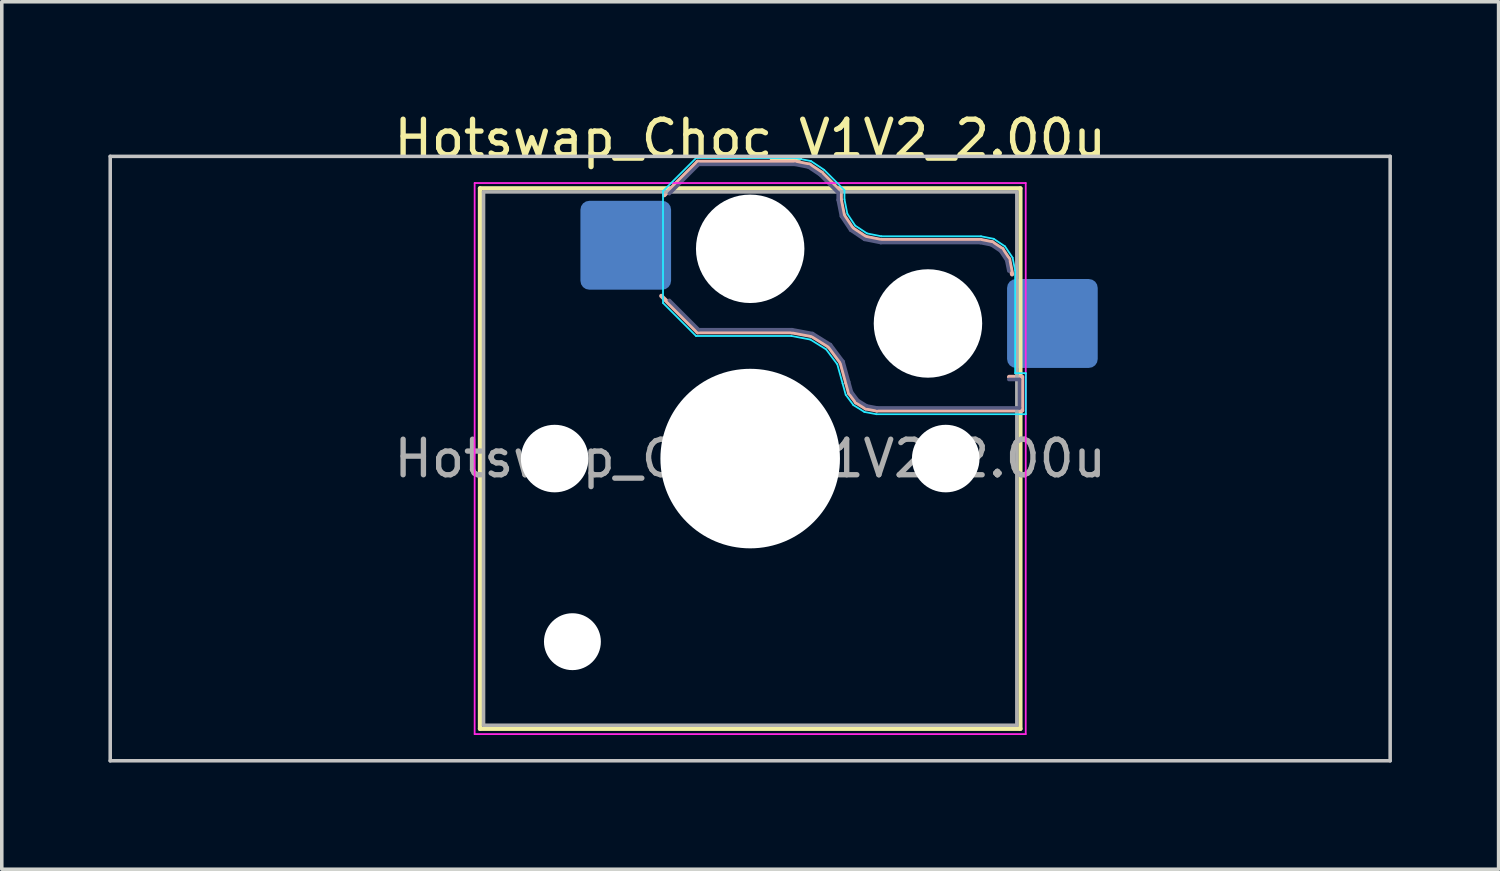
<source format=kicad_pcb>
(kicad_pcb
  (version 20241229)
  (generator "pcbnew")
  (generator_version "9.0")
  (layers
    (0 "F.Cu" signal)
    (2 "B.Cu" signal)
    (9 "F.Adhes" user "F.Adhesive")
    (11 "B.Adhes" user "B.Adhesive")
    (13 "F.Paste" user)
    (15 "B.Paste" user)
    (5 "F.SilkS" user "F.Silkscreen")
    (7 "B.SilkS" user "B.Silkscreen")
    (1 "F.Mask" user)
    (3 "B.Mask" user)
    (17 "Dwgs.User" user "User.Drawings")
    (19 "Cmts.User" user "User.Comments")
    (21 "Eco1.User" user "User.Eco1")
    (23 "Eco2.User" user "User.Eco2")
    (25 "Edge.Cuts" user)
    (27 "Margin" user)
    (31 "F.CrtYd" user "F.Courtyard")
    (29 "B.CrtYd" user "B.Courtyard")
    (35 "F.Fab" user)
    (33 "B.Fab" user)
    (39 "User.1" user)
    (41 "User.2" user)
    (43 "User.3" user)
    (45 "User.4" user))
  (footprint "Hotswap_Choc_V1V2_2.00u"
    (layer "F.Cu")
    (at 18.05 9.848)
    (property "Reference" "Hotswap_Choc_V1V2_2.00u" (at 0 -9 0) (layer "F.SilkS") (effects (font (size 1 1) (thickness 0.15))))
    (attr smd)
    (fp_line (start -7.6 -7.6) (end -7.6 7.6) (stroke (width 0.12) (type solid)) (layer "F.SilkS"))
    (fp_line (start -7.6 7.6) (end 7.6 7.6) (stroke (width 0.12) (type solid)) (layer "F.SilkS"))
    (fp_line (start 7.6 -7.6) (end -7.6 -7.6) (stroke (width 0.12) (type solid)) (layer "F.SilkS"))
    (fp_line (start 7.6 7.6) (end 7.6 -7.6) (stroke (width 0.12) (type solid)) (layer "F.SilkS"))
    (fp_line (start -2.416 -7.409) (end -1.479 -8.346) (stroke (width 0.12) (type solid)) (layer "B.SilkS"))
    (fp_line (start -1.479 -8.346) (end 1.268 -8.346) (stroke (width 0.12) (type solid)) (layer "B.SilkS"))
    (fp_line (start -1.479 -3.554) (end -2.5 -4.575) (stroke (width 0.12) (type solid)) (layer "B.SilkS"))
    (fp_line (start 1.168 -3.554) (end -1.479 -3.554) (stroke (width 0.12) (type solid)) (layer "B.SilkS"))
    (fp_line (start 1.268 -8.346) (end 1.671 -8.266) (stroke (width 0.12) (type solid)) (layer "B.SilkS"))
    (fp_line (start 1.671 -8.266) (end 2.013 -8.037) (stroke (width 0.12) (type solid)) (layer "B.SilkS"))
    (fp_line (start 1.73 -3.449) (end 1.168 -3.554) (stroke (width 0.12) (type solid)) (layer "B.SilkS"))
    (fp_line (start 2.013 -8.037) (end 2.546 -7.504) (stroke (width 0.12) (type solid)) (layer "B.SilkS"))
    (fp_line (start 2.209 -3.15) (end 1.73 -3.449) (stroke (width 0.12) (type solid)) (layer "B.SilkS"))
    (fp_line (start 2.546 -7.504) (end 2.546 -7.282) (stroke (width 0.12) (type solid)) (layer "B.SilkS"))
    (fp_line (start 2.546 -7.282) (end 2.633 -6.844) (stroke (width 0.12) (type solid)) (layer "B.SilkS"))
    (fp_line (start 2.547 -2.697) (end 2.209 -3.15) (stroke (width 0.12) (type solid)) (layer "B.SilkS"))
    (fp_line (start 2.633 -6.844) (end 2.877 -6.477) (stroke (width 0.12) (type solid)) (layer "B.SilkS"))
    (fp_line (start 2.701 -2.139) (end 2.547 -2.697) (stroke (width 0.12) (type solid)) (layer "B.SilkS"))
    (fp_line (start 2.783 -1.841) (end 2.701 -2.139) (stroke (width 0.12) (type solid)) (layer "B.SilkS"))
    (fp_line (start 2.877 -6.477) (end 3.244 -6.233) (stroke (width 0.12) (type solid)) (layer "B.SilkS"))
    (fp_line (start 2.976 -1.583) (end 2.783 -1.841) (stroke (width 0.12) (type solid)) (layer "B.SilkS"))
    (fp_line (start 3.244 -6.233) (end 3.682 -6.146) (stroke (width 0.12) (type solid)) (layer "B.SilkS"))
    (fp_line (start 3.25 -1.413) (end 2.976 -1.583) (stroke (width 0.12) (type solid)) (layer "B.SilkS"))
    (fp_line (start 3.56 -1.354) (end 3.25 -1.413) (stroke (width 0.12) (type solid)) (layer "B.SilkS"))
    (fp_line (start 3.682 -6.146) (end 6.482 -6.146) (stroke (width 0.12) (type solid)) (layer "B.SilkS"))
    (fp_line (start 6.482 -6.146) (end 6.809 -6.081) (stroke (width 0.12) (type solid)) (layer "B.SilkS"))
    (fp_line (start 6.809 -6.081) (end 7.092 -5.892) (stroke (width 0.12) (type solid)) (layer "B.SilkS"))
    (fp_line (start 7.092 -5.892) (end 7.281 -5.609) (stroke (width 0.12) (type solid)) (layer "B.SilkS"))
    (fp_line (start 7.281 -5.609) (end 7.366 -5.182) (stroke (width 0.12) (type solid)) (layer "B.SilkS"))
    (fp_line (start 7.283 -2.296) (end 7.646 -2.296) (stroke (width 0.12) (type solid)) (layer "B.SilkS"))
    (fp_line (start 7.646 -2.296) (end 7.646 -1.354) (stroke (width 0.12) (type solid)) (layer "B.SilkS"))
    (fp_line (start 7.646 -1.354) (end 3.56 -1.354) (stroke (width 0.12) (type solid)) (layer "B.SilkS"))
    (fp_line (start -18 -8.5) (end -18 8.5) (stroke (width 0.1) (type solid)) (layer "Dwgs.User"))
    (fp_line (start -18 8.5) (end 18 8.5) (stroke (width 0.1) (type solid)) (layer "Dwgs.User"))
    (fp_line (start 18 -8.5) (end -18 -8.5) (stroke (width 0.1) (type solid)) (layer "Dwgs.User"))
    (fp_line (start 18 8.5) (end 18 -8.5) (stroke (width 0.1) (type solid)) (layer "Dwgs.User"))
    (fp_line (start -7.25 -7.25) (end -7.25 7.25) (stroke (width 0.1) (type solid)) (layer "Eco1.User"))
    (fp_line (start -7.25 7.25) (end 7.25 7.25) (stroke (width 0.1) (type solid)) (layer "Eco1.User"))
    (fp_line (start 7.25 -7.25) (end -7.25 -7.25) (stroke (width 0.1) (type solid)) (layer "Eco1.User"))
    (fp_line (start 7.25 7.25) (end 7.25 -7.25) (stroke (width 0.1) (type solid)) (layer "Eco1.User"))
    (fp_line (start -2.452 -7.523) (end -1.523 -8.452) (stroke (width 0.05) (type solid)) (layer "B.CrtYd"))
    (fp_line (start -2.452 -4.377) (end -2.452 -7.523) (stroke (width 0.05) (type solid)) (layer "B.CrtYd"))
    (fp_line (start -1.523 -8.452) (end 1.278 -8.452) (stroke (width 0.05) (type solid)) (layer "B.CrtYd"))
    (fp_line (start -1.523 -3.448) (end -2.452 -4.377) (stroke (width 0.05) (type solid)) (layer "B.CrtYd"))
    (fp_line (start 1.159 -3.448) (end -1.523 -3.448) (stroke (width 0.05) (type solid)) (layer "B.CrtYd"))
    (fp_line (start 1.278 -8.452) (end 1.712 -8.366) (stroke (width 0.05) (type solid)) (layer "B.CrtYd"))
    (fp_line (start 1.691 -3.348) (end 1.159 -3.448) (stroke (width 0.05) (type solid)) (layer "B.CrtYd"))
    (fp_line (start 1.712 -8.366) (end 2.081 -8.119) (stroke (width 0.05) (type solid)) (layer "B.CrtYd"))
    (fp_line (start 2.081 -8.119) (end 2.652 -7.548) (stroke (width 0.05) (type solid)) (layer "B.CrtYd"))
    (fp_line (start 2.136 -3.071) (end 1.691 -3.348) (stroke (width 0.05) (type solid)) (layer "B.CrtYd"))
    (fp_line (start 2.45 -2.65) (end 2.136 -3.071) (stroke (width 0.05) (type solid)) (layer "B.CrtYd"))
    (fp_line (start 2.599 -2.111) (end 2.45 -2.65) (stroke (width 0.05) (type solid)) (layer "B.CrtYd"))
    (fp_line (start 2.652 -7.548) (end 2.652 -7.292) (stroke (width 0.05) (type solid)) (layer "B.CrtYd"))
    (fp_line (start 2.652 -7.292) (end 2.733 -6.885) (stroke (width 0.05) (type solid)) (layer "B.CrtYd"))
    (fp_line (start 2.687 -1.794) (end 2.599 -2.111) (stroke (width 0.05) (type solid)) (layer "B.CrtYd"))
    (fp_line (start 2.733 -6.885) (end 2.953 -6.553) (stroke (width 0.05) (type solid)) (layer "B.CrtYd"))
    (fp_line (start 2.903 -1.503) (end 2.687 -1.794) (stroke (width 0.05) (type solid)) (layer "B.CrtYd"))
    (fp_line (start 2.953 -6.553) (end 3.285 -6.333) (stroke (width 0.05) (type solid)) (layer "B.CrtYd"))
    (fp_line (start 3.211 -1.312) (end 2.903 -1.503) (stroke (width 0.05) (type solid)) (layer "B.CrtYd"))
    (fp_line (start 3.285 -6.333) (end 3.692 -6.252) (stroke (width 0.05) (type solid)) (layer "B.CrtYd"))
    (fp_line (start 3.55 -1.248) (end 3.211 -1.312) (stroke (width 0.05) (type solid)) (layer "B.CrtYd"))
    (fp_line (start 3.692 -6.252) (end 6.492 -6.252) (stroke (width 0.05) (type solid)) (layer "B.CrtYd"))
    (fp_line (start 6.492 -6.252) (end 6.85 -6.181) (stroke (width 0.05) (type solid)) (layer "B.CrtYd"))
    (fp_line (start 6.85 -6.181) (end 7.168 -5.968) (stroke (width 0.05) (type solid)) (layer "B.CrtYd"))
    (fp_line (start 7.168 -5.968) (end 7.381 -5.65) (stroke (width 0.05) (type solid)) (layer "B.CrtYd"))
    (fp_line (start 7.381 -5.65) (end 7.452 -5.292) (stroke (width 0.05) (type solid)) (layer "B.CrtYd"))
    (fp_line (start 7.452 -5.292) (end 7.452 -2.402) (stroke (width 0.05) (type solid)) (layer "B.CrtYd"))
    (fp_line (start 7.452 -2.402) (end 7.752 -2.402) (stroke (width 0.05) (type solid)) (layer "B.CrtYd"))
    (fp_line (start 7.752 -2.402) (end 7.752 -1.248) (stroke (width 0.05) (type solid)) (layer "B.CrtYd"))
    (fp_line (start 7.752 -1.248) (end 3.55 -1.248) (stroke (width 0.05) (type solid)) (layer "B.CrtYd"))
    (fp_line (start -7.75 -7.75) (end -7.75 7.75) (stroke (width 0.05) (type solid)) (layer "F.CrtYd"))
    (fp_line (start -7.75 7.75) (end 7.75 7.75) (stroke (width 0.05) (type solid)) (layer "F.CrtYd"))
    (fp_line (start 7.75 -7.75) (end -7.75 -7.75) (stroke (width 0.05) (type solid)) (layer "F.CrtYd"))
    (fp_line (start 7.75 7.75) (end 7.75 -7.75) (stroke (width 0.05) (type solid)) (layer "F.CrtYd"))
    (fp_line (start -2.275 -7.45) (end -1.45 -8.275) (stroke (width 0.1) (type solid)) (layer "B.Fab"))
    (fp_line (start -1.45 -8.275) (end 1.261 -8.275) (stroke (width 0.1) (type solid)) (layer "B.Fab"))
    (fp_line (start -1.45 -3.625) (end -2.275 -4.45) (stroke (width 0.1) (type solid)) (layer "B.Fab"))
    (fp_line (start 1.175 -3.625) (end -1.45 -3.625) (stroke (width 0.1) (type solid)) (layer "B.Fab"))
    (fp_line (start 1.261 -8.275) (end 1.643 -8.199) (stroke (width 0.1) (type solid)) (layer "B.Fab"))
    (fp_line (start 1.643 -8.199) (end 1.968 -7.982) (stroke (width 0.1) (type solid)) (layer "B.Fab"))
    (fp_line (start 1.756 -3.516) (end 1.175 -3.625) (stroke (width 0.1) (type solid)) (layer "B.Fab"))
    (fp_line (start 1.968 -7.982) (end 2.475 -7.475) (stroke (width 0.1) (type solid)) (layer "B.Fab"))
    (fp_line (start 2.258 -3.203) (end 1.756 -3.516) (stroke (width 0.1) (type solid)) (layer "B.Fab"))
    (fp_line (start 2.475 -7.475) (end 2.475 -7.275) (stroke (width 0.1) (type solid)) (layer "B.Fab"))
    (fp_line (start 2.475 -7.275) (end 2.566 -6.816) (stroke (width 0.1) (type solid)) (layer "B.Fab"))
    (fp_line (start 2.566 -6.816) (end 2.826 -6.426) (stroke (width 0.1) (type solid)) (layer "B.Fab"))
    (fp_line (start 2.612 -2.729) (end 2.258 -3.203) (stroke (width 0.1) (type solid)) (layer "B.Fab"))
    (fp_line (start 2.769 -2.158) (end 2.612 -2.729) (stroke (width 0.1) (type solid)) (layer "B.Fab"))
    (fp_line (start 2.826 -6.426) (end 3.216 -6.166) (stroke (width 0.1) (type solid)) (layer "B.Fab"))
    (fp_line (start 2.848 -1.873) (end 2.769 -2.158) (stroke (width 0.1) (type solid)) (layer "B.Fab"))
    (fp_line (start 3.025 -1.636) (end 2.848 -1.873) (stroke (width 0.1) (type solid)) (layer "B.Fab"))
    (fp_line (start 3.216 -6.166) (end 3.675 -6.075) (stroke (width 0.1) (type solid)) (layer "B.Fab"))
    (fp_line (start 3.276 -1.48) (end 3.025 -1.636) (stroke (width 0.1) (type solid)) (layer "B.Fab"))
    (fp_line (start 3.567 -1.425) (end 3.276 -1.48) (stroke (width 0.1) (type solid)) (layer "B.Fab"))
    (fp_line (start 3.675 -6.075) (end 6.475 -6.075) (stroke (width 0.1) (type solid)) (layer "B.Fab"))
    (fp_line (start 6.475 -6.075) (end 6.781 -6.014) (stroke (width 0.1) (type solid)) (layer "B.Fab"))
    (fp_line (start 6.781 -6.014) (end 7.041 -5.841) (stroke (width 0.1) (type solid)) (layer "B.Fab"))
    (fp_line (start 7.041 -5.841) (end 7.214 -5.581) (stroke (width 0.1) (type solid)) (layer "B.Fab"))
    (fp_line (start 7.214 -5.581) (end 7.275 -5.275) (stroke (width 0.1) (type solid)) (layer "B.Fab"))
    (fp_line (start 7.275 -2.225) (end 7.575 -2.225) (stroke (width 0.1) (type solid)) (layer "B.Fab"))
    (fp_line (start 7.575 -2.225) (end 7.575 -1.425) (stroke (width 0.1) (type solid)) (layer "B.Fab"))
    (fp_line (start 7.575 -1.425) (end 3.567 -1.425) (stroke (width 0.1) (type solid)) (layer "B.Fab"))
    (fp_line (start -7.5 -7.5) (end -7.5 7.5) (stroke (width 0.1) (type solid)) (layer "F.Fab"))
    (fp_line (start -7.5 7.5) (end 7.5 7.5) (stroke (width 0.1) (type solid)) (layer "F.Fab"))
    (fp_line (start 7.5 -7.5) (end -7.5 -7.5) (stroke (width 0.1) (type solid)) (layer "F.Fab"))
    (fp_line (start 7.5 7.5) (end 7.5 -7.5) (stroke (width 0.1) (type solid)) (layer "F.Fab"))
    (fp_text user "${REFERENCE}" (at 0 0 0) (layer "F.Fab") (effects (font (size 1 1) (thickness 0.15))))
    (pad "" np_thru_hole circle (at -5.5 0) (size 1.9 1.9) (drill 1.9) (layers "*.Cu" "*.Mask"))
    (pad "" np_thru_hole circle (at -5 5.15) (size 1.6 1.6) (drill 1.6) (layers "*.Cu" "*.Mask"))
    (pad "" np_thru_hole circle (at 0 -5.9) (size 3.05 3.05) (drill 3.05) (layers "*.Cu" "*.Mask"))
    (pad "" np_thru_hole circle (at 0 0) (size 5.05 5.05) (drill 5.05) (layers "*.Cu" "*.Mask"))
    (pad "" np_thru_hole circle (at 5 -3.8) (size 3.05 3.05) (drill 3.05) (layers "*.Cu" "*.Mask"))
    (pad "" np_thru_hole circle (at 5.5 0) (size 1.9 1.9) (drill 1.9) (layers "*.Cu" "*.Mask"))
    (pad "1" smd roundrect (at -3.5 -6) (size 2.55 2.5) (layers "B.Cu" "B.Mask" "B.Paste") (roundrect_rratio 0.1))
    (pad "2" smd roundrect (at 8.5 -3.8) (size 2.55 2.5) (layers "B.Cu" "B.Mask" "B.Paste") (roundrect_rratio 0.1)))
  (gr_rect
    (start -3 -3)
    (end 39.1 21.398)
    (stroke (width 0.1) (type default))
    (fill no)
    (layer "Edge.Cuts")))
</source>
